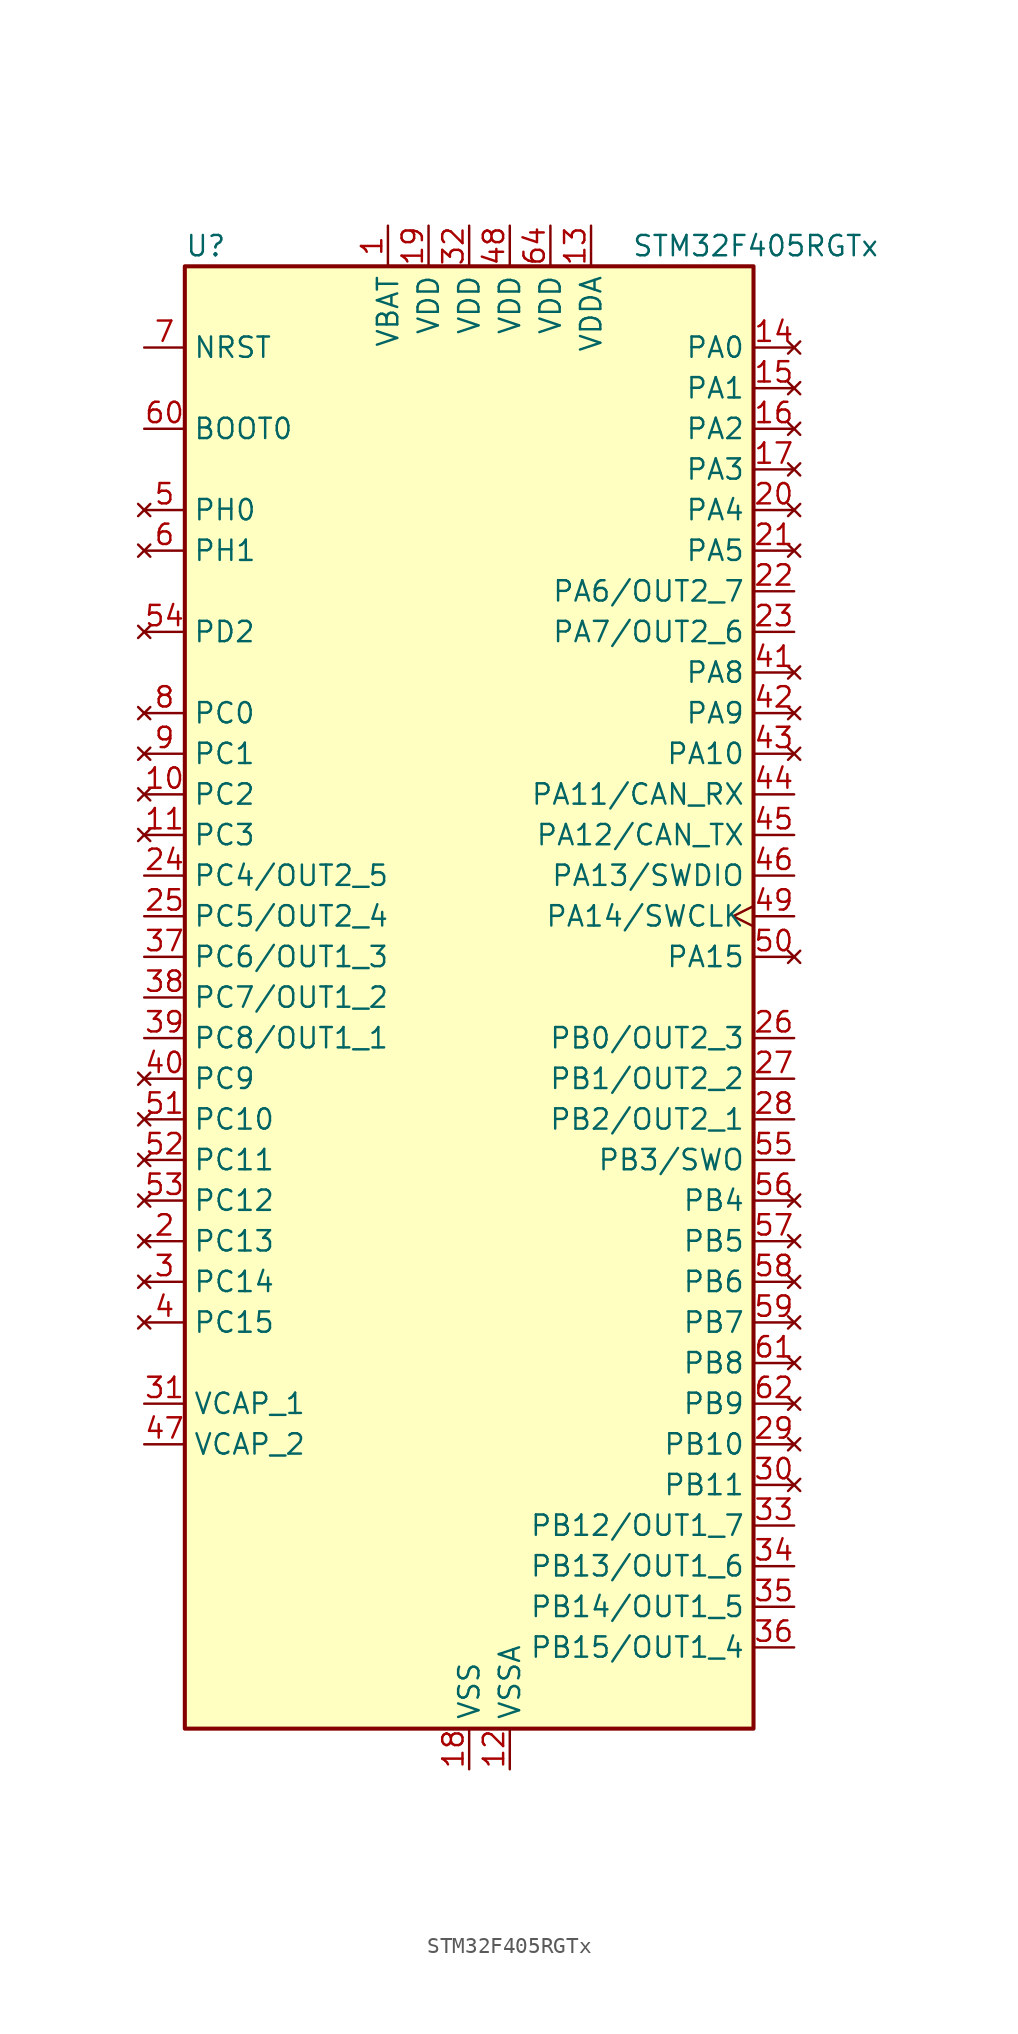
<source format=kicad_sym>
(kicad_symbol_lib
  (version 20241209)
  (generator "kicad_symbol_editor")
  (generator_version "9.0")
  (symbol "STM32F405RGTx"
    (property "Reference" "U"
      (at -17.78 46.99 0)
      (effects (font (size 1.27 1.27)) (justify left)))
    (property "Value" "STM32F405RGTx"
      (at 10.16 46.99 0)
      (effects (font (size 1.27 1.27)) (justify left)))
    (symbol "STM32F405RGTx_0_1"
      (rectangle (start -17.78 45.72) (end 17.78 -45.72) (stroke (width 0.254) (type default)) (fill (type background))))
    (symbol "STM32F405RGTx_1_1"
      (pin input line (at -20.32 40.64 0) (length 2.54) (name "NRST" (effects (font (size 1.27 1.27)))) (number "7" (effects (font (size 1.27 1.27)))))
      (pin input line (at -20.32 35.56 0) (length 2.54) (name "BOOT0" (effects (font (size 1.27 1.27)))) (number "60" (effects (font (size 1.27 1.27)))))
      (pin no_connect line (at -20.32 30.48 0) (length 2.54) (name "PH0" (effects (font (size 1.27 1.27)))) (number "5" (effects (font (size 1.27 1.27)))) (alternate "RCC_OSC_IN" bidirectional line))
      (pin no_connect line (at -20.32 27.94 0) (length 2.54) (name "PH1" (effects (font (size 1.27 1.27)))) (number "6" (effects (font (size 1.27 1.27)))) (alternate "RCC_OSC_OUT" bidirectional line))
      (pin no_connect line (at -20.32 22.86 0) (length 2.54) (name "PD2" (effects (font (size 1.27 1.27)))) (number "54" (effects (font (size 1.27 1.27)))) (alternate "SDIO_CMD" bidirectional line) (alternate "TIM3_ETR" bidirectional line) (alternate "UART5_RX" bidirectional line))
      (pin no_connect line (at -20.32 17.78 0) (length 2.54) (name "PC0" (effects (font (size 1.27 1.27)))) (number "8" (effects (font (size 1.27 1.27)))) (alternate "ADC1_IN10" bidirectional line) (alternate "ADC2_IN10" bidirectional line) (alternate "ADC3_IN10" bidirectional line) (alternate "USB_OTG_HS_ULPI_STP" bidirectional line))
      (pin no_connect line (at -20.32 15.24 0) (length 2.54) (name "PC1" (effects (font (size 1.27 1.27)))) (number "9" (effects (font (size 1.27 1.27)))) (alternate "ADC1_IN11" bidirectional line) (alternate "ADC2_IN11" bidirectional line) (alternate "ADC3_IN11" bidirectional line))
      (pin no_connect line (at -20.32 12.7 0) (length 2.54) (name "PC2" (effects (font (size 1.27 1.27)))) (number "10" (effects (font (size 1.27 1.27)))) (alternate "ADC1_IN12" bidirectional line) (alternate "ADC2_IN12" bidirectional line) (alternate "ADC3_IN12" bidirectional line) (alternate "I2S2_ext_SD" bidirectional line) (alternate "SPI2_MISO" bidirectional line) (alternate "USB_OTG_HS_ULPI_DIR" bidirectional line))
      (pin no_connect line (at -20.32 10.16 0) (length 2.54) (name "PC3" (effects (font (size 1.27 1.27)))) (number "11" (effects (font (size 1.27 1.27)))) (alternate "ADC1_IN13" bidirectional line) (alternate "ADC2_IN13" bidirectional line) (alternate "ADC3_IN13" bidirectional line) (alternate "I2S2_SD" bidirectional line) (alternate "SPI2_MOSI" bidirectional line) (alternate "USB_OTG_HS_ULPI_NXT" bidirectional line))
      (pin output line (at -20.32 7.62 0) (length 2.54) (name "PC4/OUT2_5" (effects (font (size 1.27 1.27)))) (number "24" (effects (font (size 1.27 1.27)))) (alternate "ADC1_IN14" bidirectional line) (alternate "ADC2_IN14" bidirectional line))
      (pin output line (at -20.32 5.08 0) (length 2.54) (name "PC5/OUT2_4" (effects (font (size 1.27 1.27)))) (number "25" (effects (font (size 1.27 1.27)))) (alternate "ADC1_IN15" bidirectional line) (alternate "ADC2_IN15" bidirectional line))
      (pin output line (at -20.32 2.54 0) (length 2.54) (name "PC6/OUT1_3" (effects (font (size 1.27 1.27)))) (number "37" (effects (font (size 1.27 1.27)))) (alternate "I2S2_MCK" bidirectional line) (alternate "SDIO_D6" bidirectional line) (alternate "TIM3_CH1" bidirectional line) (alternate "TIM8_CH1" bidirectional line) (alternate "USART6_TX" bidirectional line))
      (pin output line (at -20.32 0 0) (length 2.54) (name "PC7/OUT1_2" (effects (font (size 1.27 1.27)))) (number "38" (effects (font (size 1.27 1.27)))) (alternate "I2S3_MCK" bidirectional line) (alternate "SDIO_D7" bidirectional line) (alternate "TIM3_CH2" bidirectional line) (alternate "TIM8_CH2" bidirectional line) (alternate "USART6_RX" bidirectional line))
      (pin output line (at -20.32 -2.54 0) (length 2.54) (name "PC8/OUT1_1" (effects (font (size 1.27 1.27)))) (number "39" (effects (font (size 1.27 1.27)))) (alternate "SDIO_D0" bidirectional line) (alternate "TIM3_CH3" bidirectional line) (alternate "TIM8_CH3" bidirectional line) (alternate "USART6_CK" bidirectional line))
      (pin no_connect line (at -20.32 -5.08 0) (length 2.54) (name "PC9" (effects (font (size 1.27 1.27)))) (number "40" (effects (font (size 1.27 1.27)))) (alternate "DAC_EXTI9" bidirectional line) (alternate "I2C3_SDA" bidirectional line) (alternate "I2S_CKIN" bidirectional line) (alternate "RCC_MCO_2" bidirectional line) (alternate "SDIO_D1" bidirectional line) (alternate "TIM3_CH4" bidirectional line) (alternate "TIM8_CH4" bidirectional line))
      (pin no_connect line (at -20.32 -7.62 0) (length 2.54) (name "PC10" (effects (font (size 1.27 1.27)))) (number "51" (effects (font (size 1.27 1.27)))) (alternate "I2S3_CK" bidirectional line) (alternate "SDIO_D2" bidirectional line) (alternate "SPI3_SCK" bidirectional line) (alternate "UART4_TX" bidirectional line) (alternate "USART3_TX" bidirectional line))
      (pin no_connect line (at -20.32 -10.16 0) (length 2.54) (name "PC11" (effects (font (size 1.27 1.27)))) (number "52" (effects (font (size 1.27 1.27)))) (alternate "ADC1_EXTI11" bidirectional line) (alternate "ADC2_EXTI11" bidirectional line) (alternate "ADC3_EXTI11" bidirectional line) (alternate "I2S3_ext_SD" bidirectional line) (alternate "SDIO_D3" bidirectional line) (alternate "SPI3_MISO" bidirectional line) (alternate "UART4_RX" bidirectional line) (alternate "USART3_RX" bidirectional line))
      (pin no_connect line (at -20.32 -12.7 0) (length 2.54) (name "PC12" (effects (font (size 1.27 1.27)))) (number "53" (effects (font (size 1.27 1.27)))) (alternate "I2S3_SD" bidirectional line) (alternate "SDIO_CK" bidirectional line) (alternate "SPI3_MOSI" bidirectional line) (alternate "UART5_TX" bidirectional line) (alternate "USART3_CK" bidirectional line))
      (pin no_connect line (at -20.32 -15.24 0) (length 2.54) (name "PC13" (effects (font (size 1.27 1.27)))) (number "2" (effects (font (size 1.27 1.27)))) (alternate "RTC_AF1" bidirectional line))
      (pin no_connect line (at -20.32 -17.78 0) (length 2.54) (name "PC14" (effects (font (size 1.27 1.27)))) (number "3" (effects (font (size 1.27 1.27)))) (alternate "RCC_OSC32_IN" bidirectional line))
      (pin no_connect line (at -20.32 -20.32 0) (length 2.54) (name "PC15" (effects (font (size 1.27 1.27)))) (number "4" (effects (font (size 1.27 1.27)))) (alternate "ADC1_EXTI15" bidirectional line) (alternate "ADC2_EXTI15" bidirectional line) (alternate "ADC3_EXTI15" bidirectional line) (alternate "RCC_OSC32_OUT" bidirectional line))
      (pin power_out line (at -20.32 -25.4 0) (length 2.54) (name "VCAP_1" (effects (font (size 1.27 1.27)))) (number "31" (effects (font (size 1.27 1.27)))))
      (pin power_out line (at -20.32 -27.94 0) (length 2.54) (name "VCAP_2" (effects (font (size 1.27 1.27)))) (number "47" (effects (font (size 1.27 1.27)))))
      (pin power_in line (at -5.08 48.26 270) (length 2.54) (name "VBAT" (effects (font (size 1.27 1.27)))) (number "1" (effects (font (size 1.27 1.27)))))
      (pin power_in line (at -2.54 48.26 270) (length 2.54) (name "VDD" (effects (font (size 1.27 1.27)))) (number "19" (effects (font (size 1.27 1.27)))))
      (pin power_in line (at 0 48.26 270) (length 2.54) (name "VDD" (effects (font (size 1.27 1.27)))) (number "32" (effects (font (size 1.27 1.27)))))
      (pin power_in line (at 0 -48.26 90) (length 2.54) (name "VSS" (effects (font (size 1.27 1.27)))) (number "18" (effects (font (size 1.27 1.27)))))
      (pin passive line (at 0 -48.26 90) (length 2.54) (hide yes) (name "VSS" (effects (font (size 1.27 1.27)))) (number "63" (effects (font (size 1.27 1.27)))))
      (pin power_in line (at 2.54 48.26 270) (length 2.54) (name "VDD" (effects (font (size 1.27 1.27)))) (number "48" (effects (font (size 1.27 1.27)))))
      (pin power_in line (at 2.54 -48.26 90) (length 2.54) (name "VSSA" (effects (font (size 1.27 1.27)))) (number "12" (effects (font (size 1.27 1.27)))))
      (pin power_in line (at 5.08 48.26 270) (length 2.54) (name "VDD" (effects (font (size 1.27 1.27)))) (number "64" (effects (font (size 1.27 1.27)))))
      (pin power_in line (at 7.62 48.26 270) (length 2.54) (name "VDDA" (effects (font (size 1.27 1.27)))) (number "13" (effects (font (size 1.27 1.27)))))
      (pin no_connect line (at 20.32 40.64 180) (length 2.54) (name "PA0" (effects (font (size 1.27 1.27)))) (number "14" (effects (font (size 1.27 1.27)))) (alternate "ADC1_IN0" bidirectional line) (alternate "ADC2_IN0" bidirectional line) (alternate "ADC3_IN0" bidirectional line) (alternate "SYS_WKUP" bidirectional line) (alternate "TIM2_CH1" bidirectional line) (alternate "TIM2_ETR" bidirectional line) (alternate "TIM5_CH1" bidirectional line) (alternate "TIM8_ETR" bidirectional line) (alternate "UART4_TX" bidirectional line) (alternate "USART2_CTS" bidirectional line))
      (pin no_connect line (at 20.32 38.1 180) (length 2.54) (name "PA1" (effects (font (size 1.27 1.27)))) (number "15" (effects (font (size 1.27 1.27)))) (alternate "ADC1_IN1" bidirectional line) (alternate "ADC2_IN1" bidirectional line) (alternate "ADC3_IN1" bidirectional line) (alternate "TIM2_CH2" bidirectional line) (alternate "TIM5_CH2" bidirectional line) (alternate "UART4_RX" bidirectional line) (alternate "USART2_RTS" bidirectional line))
      (pin no_connect line (at 20.32 35.56 180) (length 2.54) (name "PA2" (effects (font (size 1.27 1.27)))) (number "16" (effects (font (size 1.27 1.27)))) (alternate "ADC1_IN2" bidirectional line) (alternate "ADC2_IN2" bidirectional line) (alternate "ADC3_IN2" bidirectional line) (alternate "TIM2_CH3" bidirectional line) (alternate "TIM5_CH3" bidirectional line) (alternate "TIM9_CH1" bidirectional line) (alternate "USART2_TX" bidirectional line))
      (pin no_connect line (at 20.32 33.02 180) (length 2.54) (name "PA3" (effects (font (size 1.27 1.27)))) (number "17" (effects (font (size 1.27 1.27)))) (alternate "ADC1_IN3" bidirectional line) (alternate "ADC2_IN3" bidirectional line) (alternate "ADC3_IN3" bidirectional line) (alternate "TIM2_CH4" bidirectional line) (alternate "TIM5_CH4" bidirectional line) (alternate "TIM9_CH2" bidirectional line) (alternate "USART2_RX" bidirectional line) (alternate "USB_OTG_HS_ULPI_D0" bidirectional line))
      (pin no_connect line (at 20.32 30.48 180) (length 2.54) (name "PA4" (effects (font (size 1.27 1.27)))) (number "20" (effects (font (size 1.27 1.27)))) (alternate "ADC1_IN4" bidirectional line) (alternate "ADC2_IN4" bidirectional line) (alternate "DAC_OUT1" bidirectional line) (alternate "I2S3_WS" bidirectional line) (alternate "SPI1_NSS" bidirectional line) (alternate "SPI3_NSS" bidirectional line) (alternate "USART2_CK" bidirectional line) (alternate "USB_OTG_HS_SOF" bidirectional line))
      (pin no_connect line (at 20.32 27.94 180) (length 2.54) (name "PA5" (effects (font (size 1.27 1.27)))) (number "21" (effects (font (size 1.27 1.27)))) (alternate "ADC1_IN5" bidirectional line) (alternate "ADC2_IN5" bidirectional line) (alternate "DAC_OUT2" bidirectional line) (alternate "SPI1_SCK" bidirectional line) (alternate "TIM2_CH1" bidirectional line) (alternate "TIM2_ETR" bidirectional line) (alternate "TIM8_CH1N" bidirectional line) (alternate "USB_OTG_HS_ULPI_CK" bidirectional line))
      (pin output line (at 20.32 25.4 180) (length 2.54) (name "PA6/OUT2_7" (effects (font (size 1.27 1.27)))) (number "22" (effects (font (size 1.27 1.27)))) (alternate "ADC1_IN6" bidirectional line) (alternate "ADC2_IN6" bidirectional line) (alternate "SPI1_MISO" bidirectional line) (alternate "TIM13_CH1" bidirectional line) (alternate "TIM1_BKIN" bidirectional line) (alternate "TIM3_CH1" bidirectional line) (alternate "TIM8_BKIN" bidirectional line))
      (pin output line (at 20.32 22.86 180) (length 2.54) (name "PA7/OUT2_6" (effects (font (size 1.27 1.27)))) (number "23" (effects (font (size 1.27 1.27)))) (alternate "ADC1_IN7" bidirectional line) (alternate "ADC2_IN7" bidirectional line) (alternate "SPI1_MOSI" bidirectional line) (alternate "TIM14_CH1" bidirectional line) (alternate "TIM1_CH1N" bidirectional line) (alternate "TIM3_CH2" bidirectional line) (alternate "TIM8_CH1N" bidirectional line))
      (pin no_connect line (at 20.32 20.32 180) (length 2.54) (name "PA8" (effects (font (size 1.27 1.27)))) (number "41" (effects (font (size 1.27 1.27)))) (alternate "I2C3_SCL" bidirectional line) (alternate "RCC_MCO_1" bidirectional line) (alternate "TIM1_CH1" bidirectional line) (alternate "USART1_CK" bidirectional line) (alternate "USB_OTG_FS_SOF" bidirectional line))
      (pin no_connect line (at 20.32 17.78 180) (length 2.54) (name "PA9" (effects (font (size 1.27 1.27)))) (number "42" (effects (font (size 1.27 1.27)))) (alternate "DAC_EXTI9" bidirectional line) (alternate "I2C3_SMBA" bidirectional line) (alternate "TIM1_CH2" bidirectional line) (alternate "USART1_TX" bidirectional line) (alternate "USB_OTG_FS_VBUS" bidirectional line))
      (pin no_connect line (at 20.32 15.24 180) (length 2.54) (name "PA10" (effects (font (size 1.27 1.27)))) (number "43" (effects (font (size 1.27 1.27)))) (alternate "TIM1_CH3" bidirectional line) (alternate "USART1_RX" bidirectional line) (alternate "USB_OTG_FS_ID" bidirectional line))
      (pin input line (at 20.32 12.7 180) (length 2.54) (name "PA11/CAN_RX" (effects (font (size 1.27 1.27)))) (number "44" (effects (font (size 1.27 1.27)))) (alternate "ADC1_EXTI11" bidirectional line) (alternate "ADC2_EXTI11" bidirectional line) (alternate "ADC3_EXTI11" bidirectional line) (alternate "CAN1_RX" bidirectional line) (alternate "TIM1_CH4" bidirectional line) (alternate "USART1_CTS" bidirectional line) (alternate "USB_OTG_FS_DM" bidirectional line))
      (pin output line (at 20.32 10.16 180) (length 2.54) (name "PA12/CAN_TX" (effects (font (size 1.27 1.27)))) (number "45" (effects (font (size 1.27 1.27)))) (alternate "CAN1_TX" bidirectional line) (alternate "TIM1_ETR" bidirectional line) (alternate "USART1_RTS" bidirectional line) (alternate "USB_OTG_FS_DP" bidirectional line))
      (pin bidirectional line (at 20.32 7.62 180) (length 2.54) (name "PA13/SWDIO" (effects (font (size 1.27 1.27)))) (number "46" (effects (font (size 1.27 1.27)))) (alternate "SYS_JTMS-SWDIO" bidirectional line))
      (pin input clock (at 20.32 5.08 180) (length 2.54) (name "PA14/SWCLK" (effects (font (size 1.27 1.27)))) (number "49" (effects (font (size 1.27 1.27)))) (alternate "SYS_JTCK-SWCLK" bidirectional line))
      (pin no_connect line (at 20.32 2.54 180) (length 2.54) (name "PA15" (effects (font (size 1.27 1.27)))) (number "50" (effects (font (size 1.27 1.27)))) (alternate "ADC1_EXTI15" bidirectional line) (alternate "ADC2_EXTI15" bidirectional line) (alternate "ADC3_EXTI15" bidirectional line) (alternate "I2S3_WS" bidirectional line) (alternate "SPI1_NSS" bidirectional line) (alternate "SPI3_NSS" bidirectional line) (alternate "SYS_JTDI" bidirectional line) (alternate "TIM2_CH1" bidirectional line) (alternate "TIM2_ETR" bidirectional line))
      (pin output line (at 20.32 -2.54 180) (length 2.54) (name "PB0/OUT2_3" (effects (font (size 1.27 1.27)))) (number "26" (effects (font (size 1.27 1.27)))) (alternate "ADC1_IN8" bidirectional line) (alternate "ADC2_IN8" bidirectional line) (alternate "TIM1_CH2N" bidirectional line) (alternate "TIM3_CH3" bidirectional line) (alternate "TIM8_CH2N" bidirectional line) (alternate "USB_OTG_HS_ULPI_D1" bidirectional line))
      (pin output line (at 20.32 -5.08 180) (length 2.54) (name "PB1/OUT2_2" (effects (font (size 1.27 1.27)))) (number "27" (effects (font (size 1.27 1.27)))) (alternate "ADC1_IN9" bidirectional line) (alternate "ADC2_IN9" bidirectional line) (alternate "TIM1_CH3N" bidirectional line) (alternate "TIM3_CH4" bidirectional line) (alternate "TIM8_CH3N" bidirectional line) (alternate "USB_OTG_HS_ULPI_D2" bidirectional line))
      (pin output line (at 20.32 -7.62 180) (length 2.54) (name "PB2/OUT2_1" (effects (font (size 1.27 1.27)))) (number "28" (effects (font (size 1.27 1.27)))))
      (pin output line (at 20.32 -10.16 180) (length 2.54) (name "PB3/SWO" (effects (font (size 1.27 1.27)))) (number "55" (effects (font (size 1.27 1.27)))) (alternate "I2S3_CK" bidirectional line) (alternate "SPI1_SCK" bidirectional line) (alternate "SPI3_SCK" bidirectional line) (alternate "SYS_JTDO-SWO" bidirectional line) (alternate "TIM2_CH2" bidirectional line))
      (pin no_connect line (at 20.32 -12.7 180) (length 2.54) (name "PB4" (effects (font (size 1.27 1.27)))) (number "56" (effects (font (size 1.27 1.27)))) (alternate "I2S3_ext_SD" bidirectional line) (alternate "SPI1_MISO" bidirectional line) (alternate "SPI3_MISO" bidirectional line) (alternate "SYS_JTRST" bidirectional line) (alternate "TIM3_CH1" bidirectional line))
      (pin no_connect line (at 20.32 -15.24 180) (length 2.54) (name "PB5" (effects (font (size 1.27 1.27)))) (number "57" (effects (font (size 1.27 1.27)))) (alternate "CAN2_RX" bidirectional line) (alternate "I2C1_SMBA" bidirectional line) (alternate "I2S3_SD" bidirectional line) (alternate "SPI1_MOSI" bidirectional line) (alternate "SPI3_MOSI" bidirectional line) (alternate "TIM3_CH2" bidirectional line) (alternate "USB_OTG_HS_ULPI_D7" bidirectional line))
      (pin no_connect line (at 20.32 -17.78 180) (length 2.54) (name "PB6" (effects (font (size 1.27 1.27)))) (number "58" (effects (font (size 1.27 1.27)))) (alternate "CAN2_TX" bidirectional line) (alternate "I2C1_SCL" bidirectional line) (alternate "TIM4_CH1" bidirectional line) (alternate "USART1_TX" bidirectional line))
      (pin no_connect line (at 20.32 -20.32 180) (length 2.54) (name "PB7" (effects (font (size 1.27 1.27)))) (number "59" (effects (font (size 1.27 1.27)))) (alternate "I2C1_SDA" bidirectional line) (alternate "TIM4_CH2" bidirectional line) (alternate "USART1_RX" bidirectional line))
      (pin no_connect line (at 20.32 -22.86 180) (length 2.54) (name "PB8" (effects (font (size 1.27 1.27)))) (number "61" (effects (font (size 1.27 1.27)))) (alternate "CAN1_RX" bidirectional line) (alternate "I2C1_SCL" bidirectional line) (alternate "SDIO_D4" bidirectional line) (alternate "TIM10_CH1" bidirectional line) (alternate "TIM4_CH3" bidirectional line))
      (pin no_connect line (at 20.32 -25.4 180) (length 2.54) (name "PB9" (effects (font (size 1.27 1.27)))) (number "62" (effects (font (size 1.27 1.27)))) (alternate "CAN1_TX" bidirectional line) (alternate "DAC_EXTI9" bidirectional line) (alternate "I2C1_SDA" bidirectional line) (alternate "I2S2_WS" bidirectional line) (alternate "SDIO_D5" bidirectional line) (alternate "SPI2_NSS" bidirectional line) (alternate "TIM11_CH1" bidirectional line) (alternate "TIM4_CH4" bidirectional line))
      (pin no_connect line (at 20.32 -27.94 180) (length 2.54) (name "PB10" (effects (font (size 1.27 1.27)))) (number "29" (effects (font (size 1.27 1.27)))) (alternate "I2C2_SCL" bidirectional line) (alternate "I2S2_CK" bidirectional line) (alternate "SPI2_SCK" bidirectional line) (alternate "TIM2_CH3" bidirectional line) (alternate "USART3_TX" bidirectional line) (alternate "USB_OTG_HS_ULPI_D3" bidirectional line))
      (pin no_connect line (at 20.32 -30.48 180) (length 2.54) (name "PB11" (effects (font (size 1.27 1.27)))) (number "30" (effects (font (size 1.27 1.27)))) (alternate "ADC1_EXTI11" bidirectional line) (alternate "ADC2_EXTI11" bidirectional line) (alternate "ADC3_EXTI11" bidirectional line) (alternate "I2C2_SDA" bidirectional line) (alternate "TIM2_CH4" bidirectional line) (alternate "USART3_RX" bidirectional line) (alternate "USB_OTG_HS_ULPI_D4" bidirectional line))
      (pin output line (at 20.32 -33.02 180) (length 2.54) (name "PB12/OUT1_7" (effects (font (size 1.27 1.27)))) (number "33" (effects (font (size 1.27 1.27)))) (alternate "CAN2_RX" bidirectional line) (alternate "I2C2_SMBA" bidirectional line) (alternate "I2S2_WS" bidirectional line) (alternate "SPI2_NSS" bidirectional line) (alternate "TIM1_BKIN" bidirectional line) (alternate "USART3_CK" bidirectional line) (alternate "USB_OTG_HS_ID" bidirectional line) (alternate "USB_OTG_HS_ULPI_D5" bidirectional line))
      (pin output line (at 20.32 -35.56 180) (length 2.54) (name "PB13/OUT1_6" (effects (font (size 1.27 1.27)))) (number "34" (effects (font (size 1.27 1.27)))) (alternate "CAN2_TX" bidirectional line) (alternate "I2S2_CK" bidirectional line) (alternate "SPI2_SCK" bidirectional line) (alternate "TIM1_CH1N" bidirectional line) (alternate "USART3_CTS" bidirectional line) (alternate "USB_OTG_HS_ULPI_D6" bidirectional line) (alternate "USB_OTG_HS_VBUS" bidirectional line))
      (pin output line (at 20.32 -38.1 180) (length 2.54) (name "PB14/OUT1_5" (effects (font (size 1.27 1.27)))) (number "35" (effects (font (size 1.27 1.27)))) (alternate "I2S2_ext_SD" bidirectional line) (alternate "SPI2_MISO" bidirectional line) (alternate "TIM12_CH1" bidirectional line) (alternate "TIM1_CH2N" bidirectional line) (alternate "TIM8_CH2N" bidirectional line) (alternate "USART3_RTS" bidirectional line) (alternate "USB_OTG_HS_DM" bidirectional line))
      (pin output line (at 20.32 -40.64 180) (length 2.54) (name "PB15/OUT1_4" (effects (font (size 1.27 1.27)))) (number "36" (effects (font (size 1.27 1.27)))) (alternate "ADC1_EXTI15" bidirectional line) (alternate "ADC2_EXTI15" bidirectional line) (alternate "ADC3_EXTI15" bidirectional line) (alternate "I2S2_SD" bidirectional line) (alternate "RTC_REFIN" bidirectional line) (alternate "SPI2_MOSI" bidirectional line) (alternate "TIM12_CH2" bidirectional line) (alternate "TIM1_CH3N" bidirectional line) (alternate "TIM8_CH3N" bidirectional line) (alternate "USB_OTG_HS_DP" bidirectional line)))))
</source>
